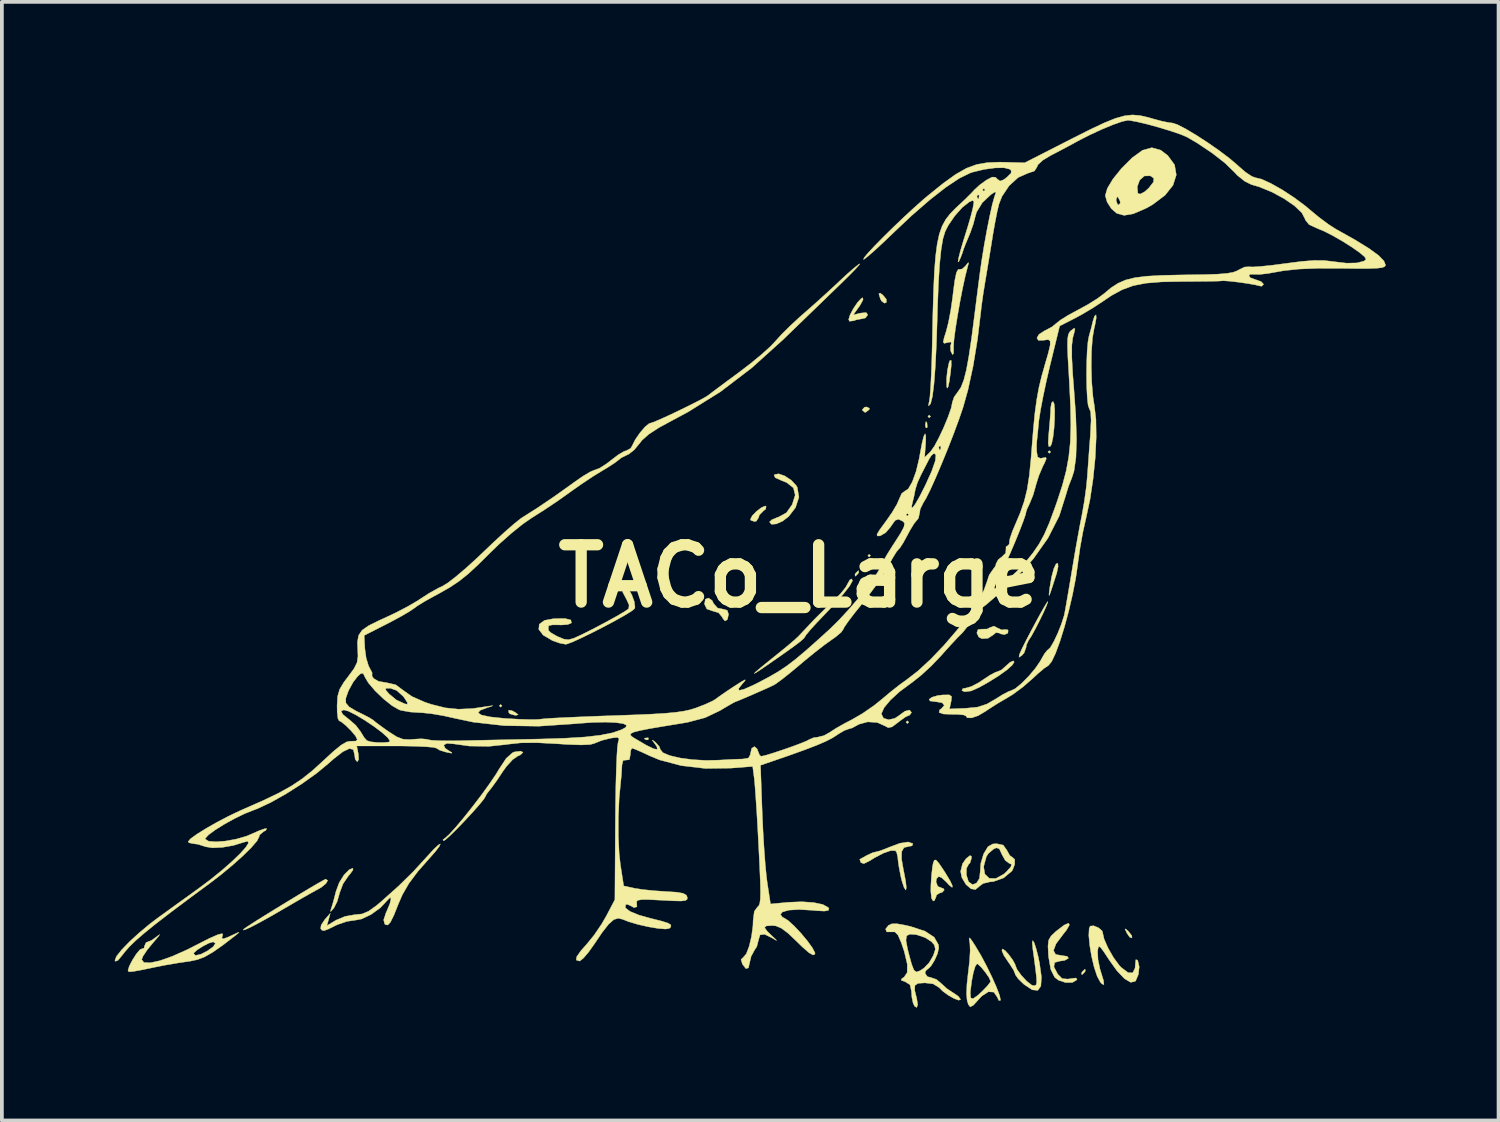
<source format=kicad_pcb>
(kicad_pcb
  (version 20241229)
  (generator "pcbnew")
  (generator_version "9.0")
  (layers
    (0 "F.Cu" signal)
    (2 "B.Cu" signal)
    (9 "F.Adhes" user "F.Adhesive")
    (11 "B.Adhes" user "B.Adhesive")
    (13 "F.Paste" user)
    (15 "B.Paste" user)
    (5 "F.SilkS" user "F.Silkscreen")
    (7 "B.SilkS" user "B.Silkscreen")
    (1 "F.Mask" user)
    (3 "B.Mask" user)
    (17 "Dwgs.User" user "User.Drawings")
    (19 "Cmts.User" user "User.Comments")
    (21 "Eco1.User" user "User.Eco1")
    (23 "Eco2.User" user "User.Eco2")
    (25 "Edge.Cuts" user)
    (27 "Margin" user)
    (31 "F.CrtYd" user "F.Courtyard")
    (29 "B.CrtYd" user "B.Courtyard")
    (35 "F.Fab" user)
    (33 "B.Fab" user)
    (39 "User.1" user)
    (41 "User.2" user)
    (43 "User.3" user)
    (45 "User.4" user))
  (footprint "TACo_Large"
    (layer "F.Cu")
    (at 18.206 12.267)
    (property "Reference" "TACo_Large" (at 0 0 0) (layer "F.SilkS") (effects (font (size 1.524 1.524) (thickness 0.3))))
    (attr through_hole)
    (fp_poly (pts (xy -7.91 3.447) (xy -7.947 3.483) (xy -7.983 3.447) (xy -7.947 3.411) (xy -7.91 3.447)) (stroke (width 0.01) (type solid)) (fill yes) (layer "F.SilkS"))
    (fp_poly (pts (xy 1.887 -0.544) (xy 1.851 -0.508) (xy 1.814 -0.544) (xy 1.851 -0.581) (xy 1.887 -0.544)) (stroke (width 0.01) (type solid)) (fill yes) (layer "F.SilkS"))
    (fp_poly (pts (xy 2.903 3.883) (xy 2.867 3.919) (xy 2.83 3.883) (xy 2.867 3.846) (xy 2.903 3.883)) (stroke (width 0.01) (type solid)) (fill yes) (layer "F.SilkS"))
    (fp_poly (pts (xy 3.483 -4.245) (xy 3.447 -4.209) (xy 3.411 -4.245) (xy 3.447 -4.282) (xy 3.483 -4.245)) (stroke (width 0.01) (type solid)) (fill yes) (layer "F.SilkS"))
    (fp_poly (pts (xy 6.677 -3.302) (xy 6.64 -3.266) (xy 6.604 -3.302) (xy 6.64 -3.338) (xy 6.677 -3.302)) (stroke (width 0.01) (type solid)) (fill yes) (layer "F.SilkS"))
    (fp_poly (pts (xy -5.757 0.677) (xy -5.749 0.763) (xy -5.757 0.774) (xy -5.8 0.764) (xy -5.806 0.726) (xy -5.779 0.666) (xy -5.757 0.677)) (stroke (width 0.01) (type solid)) (fill yes) (layer "F.SilkS"))
    (fp_poly (pts (xy -4.016 4.306) (xy -4.026 4.349) (xy -4.064 4.354) (xy -4.124 4.328) (xy -4.112 4.306) (xy -4.026 4.297) (xy -4.016 4.306)) (stroke (width 0.01) (type solid)) (fill yes) (layer "F.SilkS"))
    (fp_poly (pts (xy 3.388 -4.078) (xy 3.397 -3.964) (xy 3.382 -3.939) (xy 3.349 -3.96) (xy 3.344 -4.034) (xy 3.362 -4.111) (xy 3.388 -4.078)) (stroke (width 0.01) (type solid)) (fill yes) (layer "F.SilkS"))
    (fp_poly (pts (xy 8.675 9.381) (xy 8.75 9.451) (xy 8.834 9.56) (xy 8.837 9.62) (xy 8.777 9.598) (xy 8.706 9.495) (xy 8.651 9.38) (xy 8.675 9.381)) (stroke (width 0.01) (type solid)) (fill yes) (layer "F.SilkS"))
    (fp_poly (pts (xy -7.648 3.575) (xy -7.547 3.629) (xy -7.479 3.685) (xy -7.545 3.7) (xy -7.561 3.7) (xy -7.693 3.663) (xy -7.729 3.629) (xy -7.735 3.564) (xy -7.648 3.575)) (stroke (width 0.01) (type solid)) (fill yes) (layer "F.SilkS"))
    (fp_poly (pts (xy 1.574 -0.098) (xy 1.56 -0.073) (xy 1.492 -0.003) (xy 1.479 0) (xy 1.474 -0.047) (xy 1.488 -0.073) (xy 1.556 -0.142) (xy 1.569 -0.145) (xy 1.574 -0.098)) (stroke (width 0.01) (type solid)) (fill yes) (layer "F.SilkS"))
    (fp_poly (pts (xy 1.857 -4.464) (xy 1.851 -4.427) (xy 1.758 -4.357) (xy 1.737 -4.354) (xy 1.671 -4.41) (xy 1.669 -4.427) (xy 1.728 -4.491) (xy 1.782 -4.499) (xy 1.857 -4.464)) (stroke (width 0.01) (type solid)) (fill yes) (layer "F.SilkS"))
    (fp_poly (pts (xy 2.213 -7.475) (xy 2.307 -7.362) (xy 2.31 -7.277) (xy 2.257 -7.257) (xy 2.179 -7.315) (xy 2.149 -7.372) (xy 2.108 -7.508) (xy 2.143 -7.526) (xy 2.213 -7.475)) (stroke (width 0.01) (type solid)) (fill yes) (layer "F.SilkS"))
    (fp_poly (pts (xy 7.597 10.497) (xy 7.584 10.523) (xy 7.515 10.592) (xy 7.503 10.595) (xy 7.498 10.549) (xy 7.511 10.523) (xy 7.58 10.454) (xy 7.592 10.45) (xy 7.597 10.497)) (stroke (width 0.01) (type solid)) (fill yes) (layer "F.SilkS"))
    (fp_poly (pts (xy 4.034 -5.612) (xy 4.018 -5.443) (xy 3.983 -5.184) (xy 3.95 -5.031) (xy 3.923 -4.998) (xy 3.912 -5.05) (xy 3.909 -5.251) (xy 3.933 -5.481) (xy 3.974 -5.672) (xy 3.999 -5.733) (xy 4.031 -5.739) (xy 4.034 -5.612)) (stroke (width 0.01) (type solid)) (fill yes) (layer "F.SilkS"))
    (fp_poly (pts (xy -0.89 -1.858) (xy -0.898 -1.785) (xy -0.962 -1.733) (xy -1.068 -1.626) (xy -1.089 -1.557) (xy -1.147 -1.464) (xy -1.197 -1.451) (xy -1.294 -1.484) (xy -1.306 -1.511) (xy -1.258 -1.606) (xy -1.145 -1.722) (xy -1.014 -1.822) (xy -0.912 -1.865) (xy -0.89 -1.858)) (stroke (width 0.01) (type solid)) (fill yes) (layer "F.SilkS"))
    (fp_poly (pts (xy 6.874 -0.253) (xy 6.839 -0.087) (xy 6.831 -0.06) (xy 6.73 0.253) (xy 6.668 0.441) (xy 6.637 0.516) (xy 6.631 0.492) (xy 6.643 0.382) (xy 6.655 0.29) (xy 6.702 0.016) (xy 6.76 -0.199) (xy 6.82 -0.327) (xy 6.867 -0.342) (xy 6.874 -0.253)) (stroke (width 0.01) (type solid)) (fill yes) (layer "F.SilkS"))
    (fp_poly (pts (xy -2.324 0.647) (xy -2.286 0.726) (xy -2.179 0.848) (xy -2.063 0.871) (xy -1.923 0.908) (xy -1.887 1.012) (xy -1.917 1.152) (xy -1.981 1.193) (xy -2.044 1.118) (xy -2.052 1.093) (xy -2.153 0.973) (xy -2.296 0.931) (xy -2.463 0.874) (xy -2.527 0.744) (xy -2.504 0.614) (xy -2.42 0.581) (xy -2.324 0.647)) (stroke (width 0.01) (type solid)) (fill yes) (layer "F.SilkS"))
    (fp_poly (pts (xy 6.77 -4.579) (xy 6.784 -4.411) (xy 6.781 -4.181) (xy 6.766 -3.929) (xy 6.739 -3.696) (xy 6.703 -3.522) (xy 6.671 -3.455) (xy 6.627 -3.443) (xy 6.611 -3.533) (xy 6.622 -3.74) (xy 6.631 -3.839) (xy 6.655 -4.112) (xy 6.672 -4.348) (xy 6.677 -4.474) (xy 6.699 -4.605) (xy 6.739 -4.645) (xy 6.77 -4.579)) (stroke (width 0.01) (type solid)) (fill yes) (layer "F.SilkS"))
    (fp_poly (pts (xy 1.689 -7.351) (xy 1.623 -7.225) (xy 1.589 -7.173) (xy 1.426 -6.945) (xy 1.62 -6.993) (xy 1.771 -7.008) (xy 1.814 -6.948) (xy 1.754 -6.865) (xy 1.687 -6.848) (xy 1.508 -6.814) (xy 1.433 -6.788) (xy 1.326 -6.777) (xy 1.306 -6.824) (xy 1.344 -6.949) (xy 1.434 -7.117) (xy 1.545 -7.28) (xy 1.644 -7.386) (xy 1.68 -7.402) (xy 1.689 -7.351)) (stroke (width 0.01) (type solid)) (fill yes) (layer "F.SilkS"))
    (fp_poly (pts (xy -11.872 7.81) (xy -11.952 7.922) (xy -11.991 7.965) (xy -12.136 8.178) (xy -12.228 8.421) (xy -12.23 8.433) (xy -12.292 8.649) (xy -12.377 8.819) (xy -12.387 8.832) (xy -12.464 8.919) (xy -12.467 8.889) (xy -12.444 8.817) (xy -12.394 8.653) (xy -12.336 8.43) (xy -12.324 8.382) (xy -12.239 8.151) (xy -12.111 7.944) (xy -11.972 7.803) (xy -11.875 7.765) (xy -11.872 7.81)) (stroke (width 0.01) (type solid)) (fill yes) (layer "F.SilkS"))
    (fp_poly (pts (xy 5.258 1.376) (xy 5.379 1.43) (xy 5.435 1.42) (xy 5.529 1.424) (xy 5.546 1.443) (xy 5.538 1.516) (xy 5.448 1.554) (xy 5.342 1.534) (xy 5.318 1.515) (xy 5.221 1.501) (xy 5.155 1.557) (xy 5.012 1.651) (xy 4.849 1.663) (xy 4.766 1.621) (xy 4.713 1.51) (xy 4.744 1.42) (xy 4.835 1.409) (xy 4.988 1.406) (xy 5.053 1.371) (xy 5.17 1.328) (xy 5.258 1.376)) (stroke (width 0.01) (type solid)) (fill yes) (layer "F.SilkS"))
    (fp_poly (pts (xy 5.707 2.282) (xy 5.654 2.366) (xy 5.517 2.489) (xy 5.296 2.647) (xy 5.036 2.811) (xy 4.783 2.953) (xy 4.585 3.043) (xy 4.556 3.053) (xy 4.396 3.074) (xy 4.315 3.043) (xy 4.34 2.99) (xy 4.423 2.975) (xy 4.568 2.934) (xy 4.766 2.83) (xy 4.874 2.758) (xy 5.063 2.632) (xy 5.212 2.554) (xy 5.261 2.54) (xy 5.371 2.491) (xy 5.479 2.395) (xy 5.596 2.291) (xy 5.682 2.252) (xy 5.707 2.282)) (stroke (width 0.01) (type solid)) (fill yes) (layer "F.SilkS"))
    (fp_poly (pts (xy 6.572 0.771) (xy 6.492 0.953) (xy 6.383 1.178) (xy 6.267 1.405) (xy 6.164 1.593) (xy 6.094 1.698) (xy 6.091 1.702) (xy 6.031 1.83) (xy 6.023 1.892) (xy 5.971 2.039) (xy 5.913 2.106) (xy 5.835 2.157) (xy 5.842 2.095) (xy 5.855 2.06) (xy 5.915 1.927) (xy 6.017 1.723) (xy 6.144 1.479) (xy 6.28 1.224) (xy 6.41 0.987) (xy 6.517 0.799) (xy 6.586 0.689) (xy 6.603 0.675) (xy 6.572 0.771)) (stroke (width 0.01) (type solid)) (fill yes) (layer "F.SilkS"))
    (fp_poly (pts (xy -12.544 8.09) (xy -12.591 8.172) (xy -12.714 8.273) (xy -12.791 8.317) (xy -12.951 8.405) (xy -13.199 8.545) (xy -13.495 8.716) (xy -13.716 8.845) (xy -14.051 9.039) (xy -14.343 9.201) (xy -14.576 9.323) (xy -14.732 9.395) (xy -14.793 9.409) (xy -14.768 9.378) (xy -14.679 9.315) (xy -14.496 9.197) (xy -14.242 9.038) (xy -13.944 8.854) (xy -13.626 8.659) (xy -13.312 8.469) (xy -13.027 8.298) (xy -12.797 8.163) (xy -12.645 8.078) (xy -12.598 8.055) (xy -12.544 8.09)) (stroke (width 0.01) (type solid)) (fill yes) (layer "F.SilkS"))
    (fp_poly (pts (xy -0.391 -2.663) (xy -0.219 -2.549) (xy -0.087 -2.408) (xy -0.06 -2.36) (xy -0.017 -2.099) (xy -0.107 -1.823) (xy -0.288 -1.587) (xy -0.45 -1.463) (xy -0.615 -1.389) (xy -0.745 -1.378) (xy -0.798 -1.44) (xy -0.798 -1.441) (xy -0.736 -1.5) (xy -0.584 -1.563) (xy -0.562 -1.569) (xy -0.349 -1.685) (xy -0.195 -1.903) (xy -0.115 -2.157) (xy -0.162 -2.347) (xy -0.342 -2.488) (xy -0.478 -2.542) (xy -0.647 -2.618) (xy -0.677 -2.689) (xy -0.668 -2.699) (xy -0.556 -2.721) (xy -0.391 -2.663)) (stroke (width 0.01) (type solid)) (fill yes) (layer "F.SilkS"))
    (fp_poly (pts (xy 3.705 7.633) (xy 3.837 7.828) (xy 3.862 7.866) (xy 3.998 8.091) (xy 4.064 8.231) (xy 4.057 8.276) (xy 3.978 8.214) (xy 3.899 8.128) (xy 3.781 8.019) (xy 3.702 7.983) (xy 3.642 8.044) (xy 3.629 8.128) (xy 3.674 8.246) (xy 3.737 8.273) (xy 3.834 8.312) (xy 3.846 8.346) (xy 3.788 8.41) (xy 3.737 8.418) (xy 3.641 8.476) (xy 3.629 8.527) (xy 3.587 8.624) (xy 3.552 8.636) (xy 3.51 8.568) (xy 3.49 8.382) (xy 3.492 8.219) (xy 3.509 7.955) (xy 3.534 7.728) (xy 3.553 7.63) (xy 3.583 7.55) (xy 3.627 7.546) (xy 3.705 7.633)) (stroke (width 0.01) (type solid)) (fill yes) (layer "F.SilkS"))
    (fp_poly (pts (xy 4.494 -8.315) (xy 4.472 -8.237) (xy 4.408 -7.986) (xy 4.336 -7.657) (xy 4.264 -7.287) (xy 4.198 -6.911) (xy 4.143 -6.564) (xy 4.106 -6.281) (xy 4.094 -6.099) (xy 4.095 -6.081) (xy 4.095 -5.917) (xy 4.067 -5.89) (xy 4.019 -5.984) (xy 4.012 -6.128) (xy 4.03 -6.173) (xy 4.03 -6.226) (xy 3.934 -6.21) (xy 3.849 -6.189) (xy 3.82 -6.22) (xy 3.843 -6.334) (xy 3.899 -6.51) (xy 3.959 -6.746) (xy 4.02 -7.067) (xy 4.071 -7.418) (xy 4.083 -7.528) (xy 4.127 -7.862) (xy 4.172 -8.074) (xy 4.218 -8.154) (xy 4.229 -8.152) (xy 4.324 -8.166) (xy 4.409 -8.244) (xy 4.485 -8.338) (xy 4.494 -8.315)) (stroke (width 0.01) (type solid)) (fill yes) (layer "F.SilkS"))
    (fp_poly (pts (xy -7.352 4.684) (xy -7.415 4.748) (xy -7.49 4.782) (xy -7.63 4.88) (xy -7.793 5.06) (xy -7.894 5.201) (xy -8.039 5.42) (xy -8.171 5.603) (xy -8.231 5.679) (xy -8.321 5.794) (xy -8.346 5.849) (xy -8.393 5.927) (xy -8.517 6.08) (xy -8.694 6.28) (xy -8.897 6.499) (xy -9.102 6.712) (xy -9.282 6.89) (xy -9.412 7.006) (xy -9.463 7.037) (xy -9.48 7.008) (xy -9.427 6.967) (xy -9.316 6.869) (xy -9.143 6.679) (xy -8.928 6.423) (xy -8.693 6.127) (xy -8.457 5.818) (xy -8.243 5.522) (xy -8.069 5.266) (xy -7.99 5.134) (xy -7.798 4.844) (xy -7.628 4.693) (xy -7.575 4.672) (xy -7.411 4.652) (xy -7.352 4.684)) (stroke (width 0.01) (type solid)) (fill yes) (layer "F.SilkS"))
    (fp_poly (pts (xy 1.409 0.12) (xy 1.335 0.256) (xy 1.171 0.468) (xy 0.926 0.746) (xy 0.673 1.013) (xy 0.454 1.242) (xy 0.28 1.434) (xy 0.171 1.566) (xy 0.145 1.609) (xy 0.116 1.653) (xy 0.019 1.738) (xy -0.157 1.871) (xy -0.425 2.062) (xy -0.795 2.32) (xy -1.016 2.472) (xy -1.159 2.566) (xy -1.208 2.588) (xy -1.161 2.541) (xy -1.013 2.417) (xy -0.797 2.241) (xy -0.559 2.05) (xy -0.553 2.045) (xy -0.331 1.864) (xy -0.145 1.706) (xy -0.032 1.602) (xy -0.027 1.597) (xy 0.397 1.147) (xy 0.786 0.762) (xy 0.924 0.633) (xy 1.101 0.455) (xy 1.23 0.292) (xy 1.271 0.216) (xy 1.337 0.099) (xy 1.385 0.073) (xy 1.409 0.12)) (stroke (width 0.01) (type solid)) (fill yes) (layer "F.SilkS"))
    (fp_poly (pts (xy 7.176 9.271) (xy 7.098 9.408) (xy 7.009 9.52) (xy 6.819 9.774) (xy 6.752 9.952) (xy 6.807 10.056) (xy 6.971 10.087) (xy 7.116 10.107) (xy 7.15 10.158) (xy 7.148 10.16) (xy 7.048 10.216) (xy 6.926 10.233) (xy 6.783 10.271) (xy 6.762 10.387) (xy 6.864 10.581) (xy 6.865 10.583) (xy 6.981 10.699) (xy 7.133 10.713) (xy 7.201 10.701) (xy 7.351 10.683) (xy 7.376 10.724) (xy 7.371 10.733) (xy 7.253 10.803) (xy 7.07 10.804) (xy 6.884 10.742) (xy 6.783 10.665) (xy 6.679 10.458) (xy 6.621 10.121) (xy 6.617 10.079) (xy 6.605 9.832) (xy 6.622 9.678) (xy 6.687 9.566) (xy 6.815 9.445) (xy 6.831 9.432) (xy 7.033 9.278) (xy 7.151 9.226) (xy 7.176 9.271)) (stroke (width 0.01) (type solid)) (fill yes) (layer "F.SilkS"))
    (fp_poly (pts (xy 3.008 7.108) (xy 3.014 7.116) (xy 2.99 7.17) (xy 2.905 7.185) (xy 2.777 7.216) (xy 2.715 7.323) (xy 2.713 7.524) (xy 2.768 7.839) (xy 2.776 7.874) (xy 2.821 8.111) (xy 2.839 8.28) (xy 2.826 8.346) (xy 2.826 8.346) (xy 2.78 8.281) (xy 2.725 8.116) (xy 2.691 7.979) (xy 2.645 7.74) (xy 2.617 7.542) (xy 2.613 7.476) (xy 2.581 7.34) (xy 2.545 7.297) (xy 2.426 7.296) (xy 2.228 7.365) (xy 1.99 7.489) (xy 1.874 7.563) (xy 1.71 7.644) (xy 1.631 7.616) (xy 1.601 7.535) (xy 1.607 7.524) (xy 1.683 7.483) (xy 1.795 7.42) (xy 1.947 7.351) (xy 2.033 7.33) (xy 2.143 7.302) (xy 2.324 7.233) (xy 2.379 7.209) (xy 2.668 7.101) (xy 2.886 7.067) (xy 3.008 7.108)) (stroke (width 0.01) (type solid)) (fill yes) (layer "F.SilkS"))
    (fp_poly (pts (xy 6.238 9.748) (xy 6.288 9.897) (xy 6.345 10.118) (xy 6.38 10.289) (xy 6.431 10.659) (xy 6.415 10.9) (xy 6.334 11.013) (xy 6.187 10.998) (xy 5.972 10.856) (xy 5.956 10.843) (xy 5.815 10.706) (xy 5.738 10.597) (xy 5.733 10.578) (xy 5.692 10.475) (xy 5.59 10.315) (xy 5.552 10.262) (xy 5.434 10.085) (xy 5.38 9.961) (xy 5.391 9.91) (xy 5.466 9.955) (xy 5.554 10.051) (xy 5.669 10.207) (xy 5.73 10.32) (xy 5.733 10.335) (xy 5.781 10.455) (xy 5.897 10.615) (xy 6.04 10.769) (xy 6.169 10.87) (xy 6.218 10.886) (xy 6.264 10.883) (xy 6.294 10.858) (xy 6.305 10.79) (xy 6.298 10.656) (xy 6.272 10.433) (xy 6.228 10.098) (xy 6.201 9.906) (xy 6.186 9.736) (xy 6.201 9.689) (xy 6.238 9.748)) (stroke (width 0.01) (type solid)) (fill yes) (layer "F.SilkS"))
    (fp_poly (pts (xy 7.95 9.349) (xy 8.044 9.431) (xy 8.055 9.466) (xy 8.097 9.648) (xy 8.204 9.891) (xy 8.349 10.143) (xy 8.504 10.353) (xy 8.553 10.404) (xy 8.735 10.541) (xy 8.858 10.546) (xy 8.92 10.42) (xy 8.927 10.319) (xy 8.94 10.196) (xy 8.98 10.207) (xy 8.993 10.226) (xy 9.03 10.385) (xy 9.008 10.589) (xy 8.939 10.754) (xy 8.923 10.772) (xy 8.805 10.799) (xy 8.64 10.703) (xy 8.44 10.493) (xy 8.237 10.21) (xy 8.088 9.983) (xy 8 9.865) (xy 7.954 9.844) (xy 7.934 9.906) (xy 7.925 9.985) (xy 7.935 10.195) (xy 7.988 10.449) (xy 8.012 10.526) (xy 8.083 10.758) (xy 8.092 10.861) (xy 8.039 10.84) (xy 7.995 10.791) (xy 7.912 10.636) (xy 7.832 10.395) (xy 7.764 10.108) (xy 7.715 9.816) (xy 7.69 9.556) (xy 7.699 9.369) (xy 7.726 9.304) (xy 7.82 9.295) (xy 7.95 9.349)) (stroke (width 0.01) (type solid)) (fill yes) (layer "F.SilkS"))
    (fp_poly (pts (xy 9.602 -11.325) (xy 9.789 -11.183) (xy 9.971 -10.935) (xy 10.016 -10.667) (xy 9.929 -10.393) (xy 9.716 -10.125) (xy 9.381 -9.874) (xy 9.203 -9.775) (xy 8.875 -9.634) (xy 8.628 -9.591) (xy 8.434 -9.645) (xy 8.291 -9.768) (xy 8.177 -9.945) (xy 8.168 -9.979) (xy 8.418 -9.979) (xy 8.456 -9.882) (xy 8.489 -9.87) (xy 8.529 -9.923) (xy 8.517 -9.979) (xy 8.466 -10.074) (xy 8.447 -10.087) (xy 8.421 -10.028) (xy 8.418 -9.979) (xy 8.168 -9.979) (xy 8.128 -10.115) (xy 8.128 -10.119) (xy 8.183 -10.309) (xy 8.21 -10.354) (xy 8.979 -10.354) (xy 8.993 -10.178) (xy 9.057 -10.157) (xy 9.179 -10.222) (xy 9.286 -10.319) (xy 9.41 -10.479) (xy 9.416 -10.581) (xy 9.323 -10.643) (xy 9.167 -10.639) (xy 9.043 -10.529) (xy 8.979 -10.354) (xy 8.21 -10.354) (xy 8.332 -10.558) (xy 8.557 -10.837) (xy 8.836 -11.116) (xy 8.842 -11.122) (xy 9.119 -11.323) (xy 9.366 -11.391) (xy 9.602 -11.325)) (stroke (width 0.01) (type solid)) (fill yes) (layer "F.SilkS"))
    (fp_poly (pts (xy 4.591 9.704) (xy 4.674 9.833) (xy 4.821 10.08) (xy 4.973 10.366) (xy 5.116 10.659) (xy 5.235 10.928) (xy 5.316 11.14) (xy 5.344 11.265) (xy 5.342 11.277) (xy 5.299 11.282) (xy 5.258 11.194) (xy 5.166 11.059) (xy 5.022 11.049) (xy 4.846 11.162) (xy 4.765 11.249) (xy 4.622 11.407) (xy 4.538 11.452) (xy 4.486 11.385) (xy 4.454 11.273) (xy 4.44 11.108) (xy 4.441 11.085) (xy 4.54 11.085) (xy 4.551 11.213) (xy 4.613 11.233) (xy 4.742 11.143) (xy 4.86 11.033) (xy 4.996 10.891) (xy 5.073 10.79) (xy 5.08 10.772) (xy 5.039 10.675) (xy 4.941 10.532) (xy 4.827 10.394) (xy 4.736 10.311) (xy 4.719 10.305) (xy 4.672 10.37) (xy 4.621 10.539) (xy 4.576 10.769) (xy 4.545 11.018) (xy 4.54 11.085) (xy 4.441 11.085) (xy 4.45 10.852) (xy 4.482 10.558) (xy 4.486 10.529) (xy 4.52 10.23) (xy 4.536 9.959) (xy 4.529 9.771) (xy 4.527 9.761) (xy 4.509 9.638) (xy 4.525 9.616) (xy 4.591 9.704)) (stroke (width 0.01) (type solid)) (fill yes) (layer "F.SilkS"))
    (fp_poly (pts (xy -4.542 0.352) (xy -4.458 0.5) (xy -4.394 0.676) (xy -4.375 0.823) (xy -4.387 0.865) (xy -4.472 0.933) (xy -4.659 1.047) (xy -4.915 1.191) (xy -5.212 1.349) (xy -5.518 1.505) (xy -5.803 1.644) (xy -6.036 1.75) (xy -6.187 1.806) (xy -6.217 1.811) (xy -6.377 1.781) (xy -6.568 1.714) (xy -6.816 1.568) (xy -6.932 1.416) (xy -6.92 1.278) (xy -6.779 1.175) (xy -6.524 1.128) (xy -6.233 1.127) (xy -6.08 1.165) (xy -6.064 1.241) (xy -6.068 1.246) (xy -6.161 1.286) (xy -6.34 1.299) (xy -6.393 1.296) (xy -6.571 1.295) (xy -6.669 1.317) (xy -6.675 1.327) (xy -6.677 1.436) (xy -6.617 1.5) (xy -6.468 1.587) (xy -6.414 1.613) (xy -6.263 1.675) (xy -6.144 1.69) (xy -6.005 1.653) (xy -5.797 1.558) (xy -5.742 1.531) (xy -5.426 1.371) (xy -5.116 1.206) (xy -4.843 1.055) (xy -4.64 0.934) (xy -4.543 0.866) (xy -4.531 0.767) (xy -4.597 0.623) (xy -4.702 0.423) (xy -4.695 0.313) (xy -4.623 0.29) (xy -4.542 0.352)) (stroke (width 0.01) (type solid)) (fill yes) (layer "F.SilkS"))
    (fp_poly (pts (xy -9.577 7.184) (xy -9.682 7.322) (xy -9.82 7.479) (xy -10.148 7.851) (xy -10.386 8.17) (xy -10.559 8.47) (xy -10.667 8.72) (xy -10.787 9.02) (xy -10.876 9.199) (xy -10.946 9.275) (xy -11.01 9.264) (xy -11.028 9.248) (xy -11.056 9.139) (xy -10.992 8.943) (xy -10.965 8.886) (xy -10.891 8.707) (xy -10.862 8.582) (xy -10.879 8.539) (xy -10.944 8.602) (xy -11.141 8.814) (xy -11.391 8.995) (xy -11.642 9.114) (xy -11.798 9.144) (xy -12.03 9.178) (xy -12.284 9.264) (xy -12.337 9.289) (xy -12.535 9.387) (xy -12.643 9.426) (xy -12.699 9.412) (xy -12.732 9.369) (xy -12.717 9.275) (xy -12.627 9.138) (xy -12.623 9.133) (xy -12.475 8.963) (xy -12.52 9.128) (xy -12.566 9.294) (xy -12.325 9.147) (xy -12.083 9.046) (xy -11.821 8.999) (xy -11.804 8.999) (xy -11.627 8.98) (xy -11.459 8.909) (xy -11.257 8.765) (xy -11.124 8.654) (xy -10.658 8.237) (xy -10.264 7.85) (xy -9.893 7.445) (xy -9.889 7.44) (xy -9.727 7.264) (xy -9.604 7.148) (xy -9.549 7.119) (xy -9.577 7.184)) (stroke (width 0.01) (type solid)) (fill yes) (layer "F.SilkS"))
    (fp_poly (pts (xy 5.414 7.15) (xy 5.513 7.288) (xy 5.515 7.293) (xy 5.591 7.428) (xy 5.659 7.475) (xy 5.721 7.531) (xy 5.721 7.661) (xy 5.663 7.811) (xy 5.64 7.844) (xy 5.424 8.024) (xy 5.149 8.121) (xy 5.057 8.128) (xy 4.882 8.17) (xy 4.79 8.237) (xy 4.676 8.332) (xy 4.559 8.312) (xy 4.427 8.201) (xy 4.317 8.018) (xy 4.282 7.849) (xy 4.333 7.646) (xy 4.427 7.511) (xy 4.532 7.428) (xy 4.569 7.446) (xy 4.572 7.496) (xy 4.532 7.624) (xy 4.499 7.656) (xy 4.439 7.766) (xy 4.436 7.941) (xy 4.489 8.113) (xy 4.498 8.128) (xy 4.599 8.201) (xy 4.704 8.161) (xy 4.783 8.037) (xy 4.803 7.856) (xy 4.803 7.851) (xy 4.812 7.723) (xy 4.894 7.723) (xy 4.927 7.922) (xy 5.042 8.032) (xy 5.218 8.038) (xy 5.43 7.922) (xy 5.501 7.858) (xy 5.618 7.727) (xy 5.635 7.661) (xy 5.575 7.636) (xy 5.468 7.556) (xy 5.379 7.396) (xy 5.378 7.394) (xy 5.312 7.25) (xy 5.235 7.222) (xy 5.164 7.251) (xy 5.021 7.372) (xy 4.967 7.455) (xy 4.894 7.723) (xy 4.812 7.723) (xy 4.819 7.633) (xy 4.89 7.396) (xy 4.902 7.37) (xy 5.009 7.193) (xy 5.134 7.121) (xy 5.235 7.112) (xy 5.414 7.15)) (stroke (width 0.01) (type solid)) (fill yes) (layer "F.SilkS"))
    (fp_poly (pts (xy -14.977 9.536) (xy -14.986 9.544) (xy -15.333 9.811) (xy -15.6 9.998) (xy -15.815 10.121) (xy -16.007 10.195) (xy -16.204 10.237) (xy -16.256 10.244) (xy -16.537 10.285) (xy -16.883 10.345) (xy -17.199 10.408) (xy -17.507 10.472) (xy -17.7 10.507) (xy -17.804 10.518) (xy -17.846 10.507) (xy -17.853 10.484) (xy -17.819 10.368) (xy -17.736 10.208) (xy -17.634 10.048) (xy -17.54 9.934) (xy -17.487 9.908) (xy -17.427 9.89) (xy -17.417 9.838) (xy -17.372 9.739) (xy -17.331 9.725) (xy -17.222 9.68) (xy -17.072 9.572) (xy -17.06 9.561) (xy -17.01 9.526) (xy -17.048 9.584) (xy -17.168 9.724) (xy -17.183 9.741) (xy -17.344 9.937) (xy -17.455 10.104) (xy -17.49 10.193) (xy -17.43 10.271) (xy -17.263 10.279) (xy -17.004 10.223) (xy -16.672 10.105) (xy -16.51 10.033) (xy -16.11 10.033) (xy -16.058 10.085) (xy -15.911 10.05) (xy -15.741 9.963) (xy -15.586 9.851) (xy -15.53 9.764) (xy -15.584 9.725) (xy -15.597 9.725) (xy -15.709 9.759) (xy -15.866 9.841) (xy -16.016 9.937) (xy -16.104 10.017) (xy -16.11 10.033) (xy -16.51 10.033) (xy -16.283 9.932) (xy -16.044 9.81) (xy -15.692 9.631) (xy -15.46 9.529) (xy -15.346 9.503) (xy -15.334 9.531) (xy -15.359 9.622) (xy -15.318 9.643) (xy -15.188 9.594) (xy -15.073 9.541) (xy -14.929 9.474) (xy -14.901 9.472) (xy -14.977 9.536)) (stroke (width 0.01) (type solid)) (fill yes) (layer "F.SilkS"))
    (fp_poly (pts (xy 2.813 9.281) (xy 2.959 9.315) (xy 3.338 9.44) (xy 3.58 9.6) (xy 3.692 9.797) (xy 3.701 9.885) (xy 3.669 10.033) (xy 3.59 10.212) (xy 3.493 10.368) (xy 3.408 10.448) (xy 3.395 10.45) (xy 3.345 10.509) (xy 3.338 10.559) (xy 3.399 10.648) (xy 3.484 10.668) (xy 3.639 10.721) (xy 3.756 10.819) (xy 3.918 10.967) (xy 4.082 11.075) (xy 4.222 11.17) (xy 4.282 11.254) (xy 4.282 11.255) (xy 4.231 11.274) (xy 4.107 11.228) (xy 3.95 11.139) (xy 3.801 11.029) (xy 3.715 10.94) (xy 3.551 10.839) (xy 3.334 10.813) (xy 3.151 10.825) (xy 3.066 10.882) (xy 3.062 11.016) (xy 3.116 11.231) (xy 3.141 11.391) (xy 3.116 11.467) (xy 3.061 11.436) (xy 3.019 11.351) (xy 2.986 11.193) (xy 2.975 11.033) (xy 2.937 10.863) (xy 2.812 10.784) (xy 2.701 10.743) (xy 2.721 10.698) (xy 2.778 10.662) (xy 2.862 10.539) (xy 2.864 10.313) (xy 2.784 9.978) (xy 2.703 9.737) (xy 2.678 9.681) (xy 2.829 9.681) (xy 2.87 9.904) (xy 2.907 10.051) (xy 2.982 10.324) (xy 3.042 10.475) (xy 3.108 10.524) (xy 3.203 10.49) (xy 3.312 10.417) (xy 3.448 10.274) (xy 3.557 10.085) (xy 3.611 9.918) (xy 3.585 9.806) (xy 3.508 9.717) (xy 3.339 9.609) (xy 3.119 9.535) (xy 3.098 9.531) (xy 2.935 9.518) (xy 2.848 9.56) (xy 2.829 9.681) (xy 2.678 9.681) (xy 2.616 9.54) (xy 2.532 9.458) (xy 2.456 9.458) (xy 2.317 9.458) (xy 2.288 9.382) (xy 2.361 9.287) (xy 2.45 9.244) (xy 2.589 9.241) (xy 2.813 9.281)) (stroke (width 0.01) (type solid)) (fill yes) (layer "F.SilkS"))
    (fp_poly (pts (xy 7.882 -6.946) (xy 7.887 -6.86) (xy 7.856 -6.686) (xy 7.833 -6.593) (xy 7.788 -6.332) (xy 7.762 -5.974) (xy 7.756 -5.562) (xy 7.769 -5.144) (xy 7.801 -4.766) (xy 7.836 -4.539) (xy 7.88 -4.169) (xy 7.887 -3.696) (xy 7.862 -3.158) (xy 7.805 -2.592) (xy 7.722 -2.037) (xy 7.613 -1.528) (xy 7.612 -1.524) (xy 7.534 -1.177) (xy 7.46 -0.768) (xy 7.404 -0.379) (xy 7.4 -0.34) (xy 7.342 0.059) (xy 7.258 0.49) (xy 7.156 0.929) (xy 7.042 1.351) (xy 6.924 1.731) (xy 6.808 2.046) (xy 6.703 2.269) (xy 6.614 2.378) (xy 6.605 2.383) (xy 6.509 2.446) (xy 6.348 2.581) (xy 6.179 2.737) (xy 5.937 2.947) (xy 5.673 3.142) (xy 5.515 3.239) (xy 5.263 3.386) (xy 5.016 3.544) (xy 4.942 3.595) (xy 4.748 3.709) (xy 4.573 3.769) (xy 4.455 3.765) (xy 4.427 3.719) (xy 4.362 3.69) (xy 4.195 3.674) (xy 4.064 3.674) (xy 3.824 3.665) (xy 3.709 3.624) (xy 3.725 3.555) (xy 3.774 3.52) (xy 3.848 3.434) (xy 3.793 3.367) (xy 3.627 3.338) (xy 3.614 3.338) (xy 3.47 3.319) (xy 3.444 3.274) (xy 3.519 3.22) (xy 3.674 3.174) (xy 3.808 3.158) (xy 3.98 3.156) (xy 4.043 3.198) (xy 4.033 3.312) (xy 4.028 3.336) (xy 3.986 3.53) (xy 4.426 3.512) (xy 4.736 3.481) (xy 4.982 3.4) (xy 5.204 3.271) (xy 5.403 3.147) (xy 5.559 3.065) (xy 5.619 3.046) (xy 5.734 2.991) (xy 5.902 2.852) (xy 6.091 2.662) (xy 6.267 2.454) (xy 6.399 2.262) (xy 6.416 2.23) (xy 6.512 2.063) (xy 6.587 1.968) (xy 6.603 1.959) (xy 6.668 1.897) (xy 6.762 1.736) (xy 6.865 1.516) (xy 6.961 1.276) (xy 7.032 1.055) (xy 7.048 0.983) (xy 7.082 0.796) (xy 7.132 0.506) (xy 7.192 0.153) (xy 7.254 -0.218) (xy 7.322 -0.624) (xy 7.395 -1.034) (xy 7.462 -1.396) (xy 7.509 -1.633) (xy 7.572 -1.991) (xy 7.626 -2.387) (xy 7.65 -2.649) (xy 7.674 -2.979) (xy 7.702 -3.373) (xy 7.731 -3.751) (xy 7.733 -3.783) (xy 7.751 -4.144) (xy 7.74 -4.368) (xy 7.701 -4.458) (xy 7.671 -4.546) (xy 7.649 -4.746) (xy 7.635 -5.023) (xy 7.63 -5.343) (xy 7.634 -5.674) (xy 7.646 -5.982) (xy 7.668 -6.232) (xy 7.696 -6.384) (xy 7.757 -6.601) (xy 7.799 -6.776) (xy 7.842 -6.911) (xy 7.882 -6.947) (xy 7.882 -6.946)) (stroke (width 0.01) (type solid)) (fill yes) (layer "F.SilkS"))
    (fp_poly (pts (xy 9.054 -12.245) (xy 9.277 -12.194) (xy 9.405 -12.156) (xy 9.641 -12.093) (xy 9.841 -12.054) (xy 9.908 -12.048) (xy 10.042 -12.006) (xy 10.262 -11.893) (xy 10.538 -11.729) (xy 10.844 -11.531) (xy 11.149 -11.319) (xy 11.426 -11.11) (xy 11.645 -10.925) (xy 11.672 -10.899) (xy 11.861 -10.736) (xy 12.028 -10.626) (xy 12.115 -10.595) (xy 12.287 -10.553) (xy 12.538 -10.437) (xy 12.836 -10.269) (xy 13.146 -10.066) (xy 13.437 -9.85) (xy 13.554 -9.752) (xy 13.804 -9.545) (xy 14.057 -9.356) (xy 14.259 -9.226) (xy 14.263 -9.224) (xy 14.763 -8.944) (xy 15.136 -8.714) (xy 15.392 -8.528) (xy 15.536 -8.38) (xy 15.579 -8.272) (xy 15.56 -8.232) (xy 15.491 -8.203) (xy 15.351 -8.186) (xy 15.122 -8.178) (xy 14.784 -8.178) (xy 14.412 -8.183) (xy 13.784 -8.184) (xy 13.28 -8.164) (xy 12.881 -8.122) (xy 12.719 -8.094) (xy 12.449 -8.046) (xy 12.227 -8.021) (xy 12.098 -8.024) (xy 12.092 -8.026) (xy 11.977 -8.023) (xy 11.947 -7.997) (xy 11.978 -7.937) (xy 12.111 -7.887) (xy 12.121 -7.885) (xy 12.273 -7.83) (xy 12.337 -7.76) (xy 12.337 -7.759) (xy 12.285 -7.707) (xy 12.24 -7.714) (xy 12.113 -7.745) (xy 11.903 -7.781) (xy 11.659 -7.816) (xy 11.431 -7.842) (xy 11.269 -7.853) (xy 11.226 -7.85) (xy 11.135 -7.844) (xy 10.927 -7.839) (xy 10.63 -7.836) (xy 10.273 -7.833) (xy 10.15 -7.833) (xy 9.625 -7.823) (xy 9.211 -7.789) (xy 8.872 -7.723) (xy 8.577 -7.615) (xy 8.289 -7.458) (xy 8.059 -7.302) (xy 7.799 -7.131) (xy 7.495 -6.951) (xy 7.322 -6.858) (xy 6.915 -6.65) (xy 6.657 -5.593) (xy 6.56 -5.177) (xy 6.474 -4.77) (xy 6.406 -4.412) (xy 6.364 -4.143) (xy 6.358 -4.087) (xy 6.335 -3.842) (xy 6.316 -3.656) (xy 6.307 -3.579) (xy 6.302 -3.469) (xy 6.305 -3.312) (xy 6.33 -3.166) (xy 6.405 -3.131) (xy 6.457 -3.141) (xy 6.544 -3.158) (xy 6.561 -3.122) (xy 6.511 -3.004) (xy 6.465 -2.914) (xy 6.361 -2.668) (xy 6.283 -2.419) (xy 6.278 -2.395) (xy 6.209 -2.155) (xy 6.122 -1.942) (xy 6.053 -1.797) (xy 6.027 -1.725) (xy 6.027 -1.724) (xy 6.009 -1.638) (xy 5.944 -1.451) (xy 5.846 -1.196) (xy 5.728 -0.906) (xy 5.602 -0.611) (xy 5.483 -0.346) (xy 5.389 -0.154) (xy 5.275 0.076) (xy 5.198 0.25) (xy 5.174 0.335) (xy 5.175 0.337) (xy 5.245 0.314) (xy 5.387 0.214) (xy 5.57 0.062) (xy 5.764 -0.115) (xy 5.938 -0.292) (xy 6.001 -0.363) (xy 6.205 -0.617) (xy 6.367 -0.853) (xy 6.505 -1.106) (xy 6.638 -1.411) (xy 6.784 -1.805) (xy 6.857 -2.014) (xy 6.99 -2.423) (xy 7.089 -2.799) (xy 7.157 -3.168) (xy 7.198 -3.56) (xy 7.212 -4.001) (xy 7.203 -4.52) (xy 7.173 -5.146) (xy 7.158 -5.408) (xy 7.134 -5.818) (xy 7.123 -6.106) (xy 7.126 -6.299) (xy 7.145 -6.419) (xy 7.18 -6.491) (xy 7.212 -6.524) (xy 7.296 -6.588) (xy 7.323 -6.576) (xy 7.299 -6.462) (xy 7.263 -6.333) (xy 7.239 -6.139) (xy 7.239 -5.813) (xy 7.263 -5.365) (xy 7.29 -5.028) (xy 7.344 -4.267) (xy 7.364 -3.643) (xy 7.348 -3.151) (xy 7.296 -2.789) (xy 7.237 -2.608) (xy 7.15 -2.388) (xy 7.09 -2.19) (xy 7.087 -2.177) (xy 6.904 -1.6) (xy 6.606 -1.014) (xy 6.215 -0.46) (xy 5.932 -0.145) (xy 5.666 0.117) (xy 5.401 0.368) (xy 5.159 0.588) (xy 4.962 0.757) (xy 4.833 0.855) (xy 4.798 0.871) (xy 4.732 0.928) (xy 4.632 1.072) (xy 4.59 1.143) (xy 4.461 1.344) (xy 4.332 1.504) (xy 4.304 1.531) (xy 4.197 1.638) (xy 4.026 1.821) (xy 3.823 2.046) (xy 3.756 2.122) (xy 3.506 2.384) (xy 3.228 2.639) (xy 2.978 2.837) (xy 2.947 2.858) (xy 2.657 3.073) (xy 2.416 3.295) (xy 2.248 3.496) (xy 2.178 3.653) (xy 2.177 3.666) (xy 2.233 3.777) (xy 2.369 3.817) (xy 2.535 3.78) (xy 2.642 3.708) (xy 2.801 3.591) (xy 2.923 3.559) (xy 2.975 3.621) (xy 2.975 3.629) (xy 2.924 3.699) (xy 2.908 3.701) (xy 2.815 3.744) (xy 2.664 3.852) (xy 2.617 3.89) (xy 2.46 4.007) (xy 2.357 4.029) (xy 2.28 3.987) (xy 2.071 3.892) (xy 1.811 3.874) (xy 1.578 3.938) (xy 1.551 3.954) (xy 1.398 4.036) (xy 1.302 4.064) (xy 1.192 4.103) (xy 1.03 4.199) (xy 1.005 4.217) (xy 0.867 4.305) (xy 0.689 4.396) (xy 0.45 4.498) (xy 0.131 4.62) (xy -0.289 4.771) (xy -0.719 4.919) (xy -1.038 5.028) (xy -0.992 6.304) (xy -0.971 6.771) (xy -0.943 7.234) (xy -0.912 7.655) (xy -0.879 7.994) (xy -0.859 8.148) (xy -0.772 8.715) (xy -0.295 8.67) (xy 0.059 8.656) (xy 0.374 8.677) (xy 0.619 8.729) (xy 0.761 8.807) (xy 0.782 8.84) (xy 0.765 8.888) (xy 0.658 8.905) (xy 0.438 8.893) (xy 0.34 8.883) (xy -0.008 8.863) (xy -0.281 8.879) (xy -0.455 8.928) (xy -0.508 8.995) (xy -0.45 9.071) (xy -0.417 9.084) (xy -0.303 9.155) (xy -0.142 9.302) (xy 0.038 9.493) (xy 0.208 9.697) (xy 0.341 9.881) (xy 0.409 10.012) (xy 0.411 10.047) (xy 0.36 10.073) (xy 0.252 10.012) (xy 0.071 9.854) (xy -0.064 9.722) (xy -0.304 9.494) (xy -0.482 9.36) (xy -0.628 9.299) (xy -0.72 9.289) (xy -0.884 9.299) (xy -0.929 9.344) (xy -0.857 9.444) (xy -0.744 9.553) (xy -0.625 9.665) (xy -0.612 9.689) (xy -0.702 9.636) (xy -0.724 9.622) (xy -0.929 9.521) (xy -1.05 9.537) (xy -1.089 9.664) (xy -1.136 9.848) (xy -1.197 9.942) (xy -1.287 10.107) (xy -1.322 10.256) (xy -1.359 10.415) (xy -1.427 10.434) (xy -1.52 10.312) (xy -1.555 10.19) (xy -1.497 10.137) (xy -1.416 10.042) (xy -1.339 9.842) (xy -1.277 9.58) (xy -1.239 9.297) (xy -1.234 9.152) (xy -1.203 8.913) (xy -1.12 8.797) (xy -1.083 8.763) (xy -1.057 8.696) (xy -1.042 8.577) (xy -1.038 8.388) (xy -1.044 8.11) (xy -1.06 7.725) (xy -1.085 7.215) (xy -1.11 6.738) (xy -1.136 6.291) (xy -1.162 5.9) (xy -1.184 5.594) (xy -1.201 5.4) (xy -1.204 5.378) (xy -1.246 5.059) (xy -1.827 5.104) (xy -2.503 5.113) (xy -3.148 5.037) (xy -3.724 4.884) (xy -3.966 4.784) (xy -4.196 4.677) (xy -4.372 4.601) (xy -4.455 4.572) (xy -4.455 4.572) (xy -4.489 4.634) (xy -4.499 4.751) (xy -4.525 4.88) (xy -4.608 4.889) (xy -4.69 4.897) (xy -4.721 5.021) (xy -4.722 5.054) (xy -4.736 5.295) (xy -4.754 5.469) (xy -4.796 5.91) (xy -4.817 6.409) (xy -4.817 6.912) (xy -4.796 7.367) (xy -4.764 7.661) (xy -4.675 8.235) (xy -4.388 8.298) (xy -4.167 8.332) (xy -3.867 8.363) (xy -3.556 8.384) (xy -3.268 8.402) (xy -3.096 8.432) (xy -3.011 8.48) (xy -2.986 8.533) (xy -2.987 8.59) (xy -3.033 8.623) (xy -3.152 8.637) (xy -3.367 8.632) (xy -3.663 8.616) (xy -3.993 8.6) (xy -4.2 8.6) (xy -4.306 8.619) (xy -4.332 8.657) (xy -4.329 8.671) (xy -4.323 8.791) (xy -4.405 8.812) (xy -4.476 8.77) (xy -4.583 8.723) (xy -4.624 8.736) (xy -4.629 8.819) (xy -4.505 8.914) (xy -4.266 9.012) (xy -3.961 9.097) (xy -3.666 9.171) (xy -3.492 9.226) (xy -3.419 9.274) (xy -3.424 9.326) (xy -3.456 9.363) (xy -3.558 9.382) (xy -3.757 9.366) (xy -4.015 9.323) (xy -4.29 9.261) (xy -4.541 9.187) (xy -4.698 9.125) (xy -4.819 9.094) (xy -4.938 9.131) (xy -5.075 9.252) (xy -5.247 9.471) (xy -5.448 9.769) (xy -5.605 9.991) (xy -5.745 10.155) (xy -5.84 10.231) (xy -5.851 10.233) (xy -5.937 10.206) (xy -5.924 10.117) (xy -5.809 9.955) (xy -5.658 9.785) (xy -5.46 9.542) (xy -5.257 9.243) (xy -5.137 9.035) (xy -4.909 8.6) (xy -4.897 6.604) (xy -4.892 6.072) (xy -4.884 5.58) (xy -4.872 5.15) (xy -4.858 4.802) (xy -4.843 4.558) (xy -4.827 4.437) (xy -4.827 4.435) (xy -4.798 4.324) (xy -4.837 4.286) (xy -4.976 4.301) (xy -5.042 4.313) (xy -5.257 4.367) (xy -5.426 4.434) (xy -5.442 4.443) (xy -5.567 4.477) (xy -5.805 4.487) (xy -6.166 4.475) (xy -6.451 4.456) (xy -6.988 4.428) (xy -7.412 4.432) (xy -7.755 4.469) (xy -7.786 4.475) (xy -8.262 4.525) (xy -8.776 4.517) (xy -9.202 4.458) (xy -9.38 4.446) (xy -9.459 4.492) (xy -9.42 4.575) (xy -9.353 4.623) (xy -9.241 4.693) (xy -9.251 4.708) (xy -9.394 4.68) (xy -9.397 4.679) (xy -9.563 4.629) (xy -9.651 4.574) (xy -9.733 4.552) (xy -9.934 4.535) (xy -10.225 4.522) (xy -10.581 4.515) (xy -10.73 4.515) (xy -11.772 4.515) (xy -11.73 4.725) (xy -11.72 4.874) (xy -11.758 4.935) (xy -11.758 4.935) (xy -11.812 4.873) (xy -11.829 4.753) (xy -11.862 4.613) (xy -11.964 4.583) (xy -12.141 4.667) (xy -12.396 4.866) (xy -12.519 4.976) (xy -12.84 5.241) (xy -13.231 5.52) (xy -13.651 5.787) (xy -14.058 6.016) (xy -14.413 6.182) (xy -14.514 6.22) (xy -14.758 6.317) (xy -15.029 6.45) (xy -15.298 6.599) (xy -15.535 6.747) (xy -15.711 6.876) (xy -15.797 6.969) (xy -15.799 6.991) (xy -15.709 7.047) (xy -15.518 7.063) (xy -15.263 7.043) (xy -14.981 6.992) (xy -14.71 6.914) (xy -14.563 6.853) (xy -14.359 6.763) (xy -14.212 6.713) (xy -14.165 6.712) (xy -14.191 6.761) (xy -14.25 6.791) (xy -14.353 6.878) (xy -14.369 6.932) (xy -14.424 7.04) (xy -14.575 7.216) (xy -14.802 7.439) (xy -15.083 7.69) (xy -15.399 7.951) (xy -15.675 8.162) (xy -16.26 8.594) (xy -16.738 8.953) (xy -17.121 9.248) (xy -17.421 9.491) (xy -17.65 9.689) (xy -17.82 9.854) (xy -17.943 9.995) (xy -17.982 10.047) (xy -18.115 10.21) (xy -18.188 10.24) (xy -18.201 10.214) (xy -18.16 10.108) (xy -18.024 9.937) (xy -17.816 9.721) (xy -17.556 9.483) (xy -17.268 9.243) (xy -17.061 9.086) (xy -16.847 8.932) (xy -16.557 8.722) (xy -16.233 8.489) (xy -15.984 8.309) (xy -15.651 8.06) (xy -15.346 7.812) (xy -15.081 7.579) (xy -14.868 7.373) (xy -14.721 7.208) (xy -14.65 7.095) (xy -14.668 7.047) (xy -14.786 7.077) (xy -15.049 7.159) (xy -15.341 7.21) (xy -15.608 7.223) (xy -15.796 7.193) (xy -15.801 7.19) (xy -15.99 7.129) (xy -16.114 7.112) (xy -16.229 7.089) (xy -16.254 7.058) (xy -16.191 6.982) (xy -16.024 6.861) (xy -15.78 6.709) (xy -15.487 6.542) (xy -15.172 6.377) (xy -14.862 6.23) (xy -14.778 6.193) (xy -14.258 5.964) (xy -13.846 5.766) (xy -13.511 5.58) (xy -13.222 5.387) (xy -12.951 5.171) (xy -12.674 4.919) (xy -12.39 4.657) (xy -12.184 4.49) (xy -12.037 4.405) (xy -11.93 4.386) (xy -11.92 4.388) (xy -11.794 4.384) (xy -11.757 4.344) (xy -11.805 4.249) (xy -11.923 4.108) (xy -12.066 3.966) (xy -12.191 3.867) (xy -12.241 3.846) (xy -12.273 3.781) (xy -12.292 3.611) (xy -12.292 3.588) (xy -12.189 3.588) (xy -12.143 3.675) (xy -11.985 3.803) (xy -11.978 3.808) (xy -11.8 3.962) (xy -11.671 4.132) (xy -11.669 4.135) (xy -11.575 4.289) (xy -11.503 4.371) (xy -11.399 4.404) (xy -11.229 4.422) (xy -11.051 4.424) (xy -10.92 4.41) (xy -10.886 4.388) (xy -10.944 4.297) (xy -11.097 4.158) (xy -11.312 3.996) (xy -11.555 3.833) (xy -11.793 3.69) (xy -11.993 3.59) (xy -12.116 3.556) (xy -12.189 3.588) (xy -12.292 3.588) (xy -12.295 3.442) (xy -12.283 3.249) (xy -12.064 3.249) (xy -12.061 3.372) (xy -11.976 3.474) (xy -11.788 3.586) (xy -11.611 3.673) (xy -11.439 3.762) (xy -11.331 3.829) (xy -11.321 3.839) (xy -11.246 3.901) (xy -11.089 4.017) (xy -10.934 4.127) (xy -10.711 4.27) (xy -10.538 4.336) (xy -10.354 4.344) (xy -10.27 4.336) (xy -10.06 4.324) (xy -9.91 4.336) (xy -9.882 4.346) (xy -9.783 4.363) (xy -9.572 4.374) (xy -9.286 4.378) (xy -9.059 4.375) (xy -8.737 4.368) (xy -8.31 4.359) (xy -7.819 4.349) (xy -7.305 4.338) (xy -6.894 4.33) (xy -6.235 4.309) (xy -5.704 4.276) (xy -5.287 4.228) (xy -5.266 4.224) (xy -4.496 4.224) (xy -4.453 4.268) (xy -4.396 4.305) (xy -4.078 4.492) (xy -3.874 4.591) (xy -3.78 4.605) (xy -3.794 4.532) (xy -3.854 4.447) (xy -3.918 4.359) (xy -3.882 4.376) (xy -3.828 4.418) (xy -3.726 4.535) (xy -3.701 4.608) (xy -3.633 4.693) (xy -3.45 4.77) (xy -3.178 4.834) (xy -2.849 4.878) (xy -2.49 4.899) (xy -2.148 4.891) (xy -1.874 4.875) (xy -1.628 4.865) (xy -1.513 4.862) (xy -1.358 4.836) (xy -1.307 4.742) (xy -1.306 4.721) (xy -1.273 4.579) (xy -1.199 4.531) (xy -1.127 4.593) (xy -1.112 4.637) (xy -1.061 4.759) (xy -1.024 4.79) (xy -0.914 4.767) (xy -0.713 4.706) (xy -0.461 4.623) (xy -0.197 4.531) (xy 0.036 4.444) (xy 0.199 4.377) (xy 0.25 4.348) (xy 0.374 4.294) (xy 0.476 4.282) (xy 0.649 4.239) (xy 0.807 4.151) (xy 0.966 4.047) (xy 1.199 3.915) (xy 1.389 3.816) (xy 1.673 3.652) (xy 1.98 3.44) (xy 2.178 3.281) (xy 2.422 3.076) (xy 2.672 2.88) (xy 2.838 2.761) (xy 3.151 2.519) (xy 3.491 2.204) (xy 3.838 1.841) (xy 4.172 1.452) (xy 4.474 1.062) (xy 4.723 0.696) (xy 4.9 0.378) (xy 4.981 0.153) (xy 5.043 -0.033) (xy 5.125 -0.152) (xy 5.212 -0.274) (xy 5.225 -0.333) (xy 5.283 -0.44) (xy 5.376 -0.511) (xy 5.48 -0.613) (xy 5.487 -0.695) (xy 5.49 -0.785) (xy 5.521 -0.798) (xy 5.577 -0.853) (xy 5.576 -0.889) (xy 5.594 -1.002) (xy 5.66 -1.195) (xy 5.72 -1.336) (xy 5.865 -1.679) (xy 5.973 -1.989) (xy 6.051 -2.306) (xy 6.108 -2.67) (xy 6.153 -3.122) (xy 6.171 -3.357) (xy 6.215 -3.906) (xy 6.258 -4.343) (xy 6.307 -4.703) (xy 6.365 -5.02) (xy 6.44 -5.327) (xy 6.524 -5.624) (xy 6.616 -5.941) (xy 6.663 -6.143) (xy 6.662 -6.251) (xy 6.613 -6.288) (xy 6.516 -6.276) (xy 6.495 -6.271) (xy 6.352 -6.267) (xy 6.31 -6.329) (xy 6.364 -6.426) (xy 6.51 -6.522) (xy 6.529 -6.53) (xy 6.711 -6.627) (xy 6.833 -6.727) (xy 6.94 -6.811) (xy 7.136 -6.933) (xy 7.381 -7.066) (xy 7.398 -7.075) (xy 7.671 -7.224) (xy 7.923 -7.382) (xy 8.092 -7.508) (xy 8.282 -7.666) (xy 8.467 -7.786) (xy 8.67 -7.874) (xy 8.915 -7.935) (xy 9.226 -7.974) (xy 9.626 -7.997) (xy 10.14 -8.008) (xy 10.333 -8.011) (xy 10.793 -8.018) (xy 11.131 -8.03) (xy 11.37 -8.05) (xy 11.532 -8.079) (xy 11.64 -8.121) (xy 11.675 -8.142) (xy 11.831 -8.218) (xy 11.943 -8.225) (xy 12.05 -8.22) (xy 12.268 -8.235) (xy 12.566 -8.266) (xy 12.911 -8.311) (xy 13.346 -8.367) (xy 13.678 -8.394) (xy 13.946 -8.392) (xy 14.188 -8.363) (xy 14.203 -8.361) (xy 14.54 -8.321) (xy 14.818 -8.327) (xy 15.006 -8.376) (xy 15.061 -8.422) (xy 15.024 -8.489) (xy 14.888 -8.604) (xy 14.682 -8.748) (xy 14.435 -8.904) (xy 14.178 -9.052) (xy 13.94 -9.173) (xy 13.775 -9.241) (xy 13.545 -9.347) (xy 13.444 -9.473) (xy 13.439 -9.497) (xy 13.353 -9.66) (xy 13.158 -9.846) (xy 12.884 -10.035) (xy 12.563 -10.209) (xy 12.223 -10.349) (xy 12.013 -10.41) (xy 11.84 -10.495) (xy 11.642 -10.653) (xy 11.551 -10.749) (xy 11.307 -10.986) (xy 10.966 -11.251) (xy 10.565 -11.519) (xy 10.305 -11.671) (xy 10.137 -11.743) (xy 9.876 -11.832) (xy 9.565 -11.927) (xy 9.248 -12.014) (xy 8.967 -12.081) (xy 8.767 -12.116) (xy 8.727 -12.119) (xy 8.576 -12.087) (xy 8.333 -12.002) (xy 8.033 -11.877) (xy 7.71 -11.728) (xy 7.4 -11.569) (xy 7.33 -11.53) (xy 7.116 -11.414) (xy 6.849 -11.273) (xy 6.695 -11.194) (xy 6.464 -11.056) (xy 6.334 -10.933) (xy 6.314 -10.879) (xy 6.245 -10.771) (xy 6.065 -10.71) (xy 5.812 -10.598) (xy 5.573 -10.381) (xy 5.383 -10.098) (xy 5.301 -9.89) (xy 5.255 -9.695) (xy 5.198 -9.406) (xy 5.139 -9.073) (xy 5.116 -8.926) (xy 5.057 -8.562) (xy 4.996 -8.193) (xy 4.944 -7.882) (xy 4.93 -7.801) (xy 4.881 -7.497) (xy 4.838 -7.191) (xy 4.821 -7.039) (xy 4.731 -6.294) (xy 4.615 -5.586) (xy 4.478 -4.952) (xy 4.35 -4.495) (xy 4.235 -4.159) (xy 4.093 -3.774) (xy 3.934 -3.368) (xy 3.769 -2.966) (xy 3.611 -2.596) (xy 3.471 -2.285) (xy 3.358 -2.06) (xy 3.292 -1.954) (xy 3.209 -1.786) (xy 3.193 -1.686) (xy 3.162 -1.541) (xy 3.119 -1.487) (xy 3.047 -1.4) (xy 2.941 -1.227) (xy 2.867 -1.09) (xy 2.759 -0.89) (xy 2.669 -0.752) (xy 2.633 -0.714) (xy 2.573 -0.641) (xy 2.471 -0.475) (xy 2.359 -0.267) (xy 2.214 -0.023) (xy 2.008 0.281) (xy 1.773 0.596) (xy 1.651 0.749) (xy 1.449 1) (xy 1.288 1.213) (xy 1.186 1.362) (xy 1.161 1.415) (xy 1.105 1.494) (xy 0.963 1.614) (xy 0.853 1.691) (xy 0.657 1.832) (xy 0.397 2.034) (xy 0.118 2.262) (xy 0.006 2.357) (xy -0.243 2.565) (xy -0.466 2.742) (xy -0.63 2.862) (xy -0.683 2.894) (xy -0.817 2.958) (xy -1.022 3.049) (xy -1.256 3.152) (xy -1.475 3.246) (xy -1.64 3.315) (xy -1.705 3.339) (xy -1.779 3.377) (xy -1.94 3.47) (xy -2.124 3.579) (xy -2.511 3.763) (xy -2.973 3.885) (xy -3.088 3.905) (xy -3.595 3.988) (xy -3.974 4.052) (xy -4.238 4.104) (xy -4.404 4.146) (xy -4.485 4.185) (xy -4.496 4.224) (xy -5.266 4.224) (xy -4.969 4.164) (xy -4.733 4.082) (xy -4.625 4.023) (xy -4.595 3.965) (xy -4.688 3.921) (xy -4.885 3.893) (xy -5.163 3.881) (xy -5.503 3.889) (xy -5.884 3.916) (xy -5.951 3.923) (xy -6.931 3.989) (xy -7.847 3.975) (xy -8.675 3.882) (xy -9.136 3.785) (xy -9.467 3.711) (xy -9.792 3.656) (xy -10.052 3.629) (xy -10.093 3.629) (xy -10.35 3.612) (xy -10.582 3.571) (xy -10.645 3.552) (xy -10.834 3.443) (xy -11.062 3.261) (xy -11.286 3.046) (xy -11.302 3.026) (xy -11.002 3.026) (xy -10.915 3.129) (xy -10.717 3.292) (xy -10.498 3.393) (xy -10.427 3.406) (xy -10.427 3.36) (xy -10.503 3.24) (xy -10.535 3.197) (xy -10.709 3.04) (xy -10.879 2.979) (xy -10.998 2.983) (xy -11.002 3.026) (xy -11.302 3.026) (xy -11.463 2.837) (xy -11.545 2.7) (xy -11.601 2.586) (xy -11.666 2.591) (xy -11.748 2.664) (xy -11.866 2.816) (xy -11.982 3.027) (xy -12.003 3.076) (xy -12.064 3.249) (xy -12.283 3.249) (xy -12.28 3.195) (xy -12.227 3.009) (xy -12.113 2.819) (xy -12.005 2.677) (xy -11.845 2.46) (xy -11.763 2.295) (xy -11.739 2.128) (xy -11.745 1.997) (xy -11.754 1.752) (xy -11.722 1.574) (xy -11.629 1.437) (xy -11.45 1.313) (xy -11.166 1.173) (xy -11.048 1.12) (xy -10.723 0.967) (xy -10.407 0.802) (xy -10.153 0.653) (xy -10.087 0.609) (xy -9.844 0.452) (xy -9.597 0.315) (xy -9.495 0.268) (xy -9.35 0.179) (xy -9.129 0.008) (xy -8.856 -0.224) (xy -8.558 -0.496) (xy -8.421 -0.627) (xy -8.122 -0.912) (xy -7.841 -1.17) (xy -7.602 -1.379) (xy -7.43 -1.518) (xy -7.381 -1.553) (xy -6.982 -1.805) (xy -6.524 -2.115) (xy -6.055 -2.449) (xy -5.987 -2.499) (xy -5.759 -2.657) (xy -5.564 -2.773) (xy -5.439 -2.825) (xy -5.432 -2.825) (xy -5.311 -2.872) (xy -5.131 -2.988) (xy -5.007 -3.084) (xy -4.819 -3.227) (xy -4.662 -3.319) (xy -4.599 -3.338) (xy -4.49 -3.398) (xy -4.45 -3.465) (xy -4.368 -3.629) (xy -4.242 -3.811) (xy -4.108 -3.968) (xy -3.999 -4.057) (xy -3.975 -4.064) (xy -3.88 -4.095) (xy -3.691 -4.175) (xy -3.439 -4.29) (xy -3.159 -4.424) (xy -2.884 -4.559) (xy -2.647 -4.68) (xy -2.483 -4.771) (xy -2.433 -4.804) (xy -2.348 -4.869) (xy -2.172 -5.001) (xy -1.929 -5.182) (xy -1.643 -5.392) (xy -1.614 -5.414) (xy -1.304 -5.651) (xy -1.016 -5.888) (xy -0.783 -6.097) (xy -0.64 -6.247) (xy -0.478 -6.426) (xy -0.245 -6.657) (xy 0.015 -6.898) (xy 0.103 -6.974) (xy 0.402 -7.237) (xy 0.724 -7.528) (xy 1.009 -7.791) (xy 1.052 -7.833) (xy 1.268 -8.033) (xy 1.454 -8.195) (xy 1.578 -8.293) (xy 1.597 -8.304) (xy 1.59 -8.279) (xy 1.493 -8.171) (xy 1.323 -7.996) (xy 1.095 -7.772) (xy 1.052 -7.73) (xy 0.752 -7.44) (xy 0.39 -7.089) (xy 0.005 -6.717) (xy -0.36 -6.364) (xy -0.437 -6.289) (xy -1.273 -5.535) (xy -2.105 -4.901) (xy -2.963 -4.366) (xy -3.345 -4.161) (xy -3.733 -3.951) (xy -4.006 -3.774) (xy -4.187 -3.614) (xy -4.251 -3.532) (xy -4.394 -3.359) (xy -4.537 -3.245) (xy -4.571 -3.23) (xy -4.737 -3.148) (xy -4.807 -3.093) (xy -4.919 -3.008) (xy -5.108 -2.885) (xy -5.261 -2.794) (xy -5.499 -2.647) (xy -5.793 -2.451) (xy -6.088 -2.244) (xy -6.132 -2.211) (xy -6.444 -1.99) (xy -6.788 -1.76) (xy -7.092 -1.567) (xy -7.112 -1.555) (xy -7.358 -1.385) (xy -7.66 -1.142) (xy -7.976 -0.862) (xy -8.216 -0.631) (xy -8.544 -0.305) (xy -8.81 -0.059) (xy -9.05 0.133) (xy -9.299 0.299) (xy -9.591 0.465) (xy -9.725 0.537) (xy -9.96 0.668) (xy -10.159 0.79) (xy -10.254 0.859) (xy -10.375 0.941) (xy -10.589 1.066) (xy -10.857 1.211) (xy -10.979 1.274) (xy -11.575 1.577) (xy -11.556 1.928) (xy -11.522 2.175) (xy -11.458 2.386) (xy -11.427 2.445) (xy -11.363 2.565) (xy -11.365 2.613) (xy -11.365 2.658) (xy -11.321 2.721) (xy -11.19 2.797) (xy -10.996 2.83) (xy -10.988 2.83) (xy -10.735 2.888) (xy -10.532 3.039) (xy -10.301 3.201) (xy -9.96 3.351) (xy -9.786 3.409) (xy -9.418 3.501) (xy -9.068 3.537) (xy -8.684 3.519) (xy -8.237 3.453) (xy -8.153 3.443) (xy -8.206 3.466) (xy -8.295 3.493) (xy -8.491 3.567) (xy -8.545 3.633) (xy -8.457 3.692) (xy -8.23 3.741) (xy -7.865 3.78) (xy -7.759 3.787) (xy -7.432 3.805) (xy -7.15 3.813) (xy -6.952 3.81) (xy -6.882 3.802) (xy -6.778 3.79) (xy -6.551 3.775) (xy -6.22 3.758) (xy -5.809 3.74) (xy -5.338 3.721) (xy -4.959 3.708) (xy -4.375 3.687) (xy -3.915 3.667) (xy -3.559 3.645) (xy -3.285 3.619) (xy -3.072 3.588) (xy -2.9 3.55) (xy -2.748 3.502) (xy -2.744 3.5) (xy -2.506 3.408) (xy -2.317 3.321) (xy -2.236 3.273) (xy -2.128 3.193) (xy -1.941 3.064) (xy -1.742 2.932) (xy -1.54 2.804) (xy -1.446 2.753) (xy -1.447 2.778) (xy -1.519 2.86) (xy -1.619 2.988) (xy -1.606 3.037) (xy -1.477 3.007) (xy -1.23 2.898) (xy -1.067 2.816) (xy -0.794 2.671) (xy -0.559 2.534) (xy -0.336 2.385) (xy -0.102 2.206) (xy 0.169 1.978) (xy 0.502 1.682) (xy 0.805 1.407) (xy 1.047 1.169) (xy 1.311 0.883) (xy 1.573 0.578) (xy 1.81 0.28) (xy 2.001 0.019) (xy 2.122 -0.18) (xy 2.148 -0.24) (xy 2.21 -0.372) (xy 2.331 -0.582) (xy 2.488 -0.832) (xy 2.528 -0.892) (xy 2.69 -1.146) (xy 2.775 -1.308) (xy 2.792 -1.404) (xy 2.754 -1.455) (xy 2.631 -1.514) (xy 2.541 -1.481) (xy 2.438 -1.338) (xy 2.423 -1.312) (xy 2.291 -1.157) (xy 2.144 -1.071) (xy 2.139 -1.07) (xy 2.066 -1.068) (xy 2.059 -1.113) (xy 2.127 -1.227) (xy 2.277 -1.432) (xy 2.291 -1.45) (xy 2.419 -1.633) (xy 2.83 -1.633) (xy 2.867 -1.597) (xy 2.903 -1.633) (xy 2.867 -1.669) (xy 2.83 -1.633) (xy 2.419 -1.633) (xy 2.456 -1.686) (xy 2.545 -1.836) (xy 2.976 -1.836) (xy 3 -1.816) (xy 3.073 -1.909) (xy 3.188 -2.107) (xy 3.336 -2.4) (xy 3.341 -2.409) (xy 3.516 -2.796) (xy 3.61 -3.069) (xy 3.624 -3.225) (xy 3.574 -3.265) (xy 3.504 -3.207) (xy 3.439 -3.102) (xy 3.349 -2.926) (xy 3.239 -2.713) (xy 3.228 -2.691) (xy 3.135 -2.487) (xy 3.08 -2.311) (xy 3.076 -2.292) (xy 3.037 -2.094) (xy 3.007 -1.978) (xy 2.976 -1.836) (xy 2.545 -1.836) (xy 2.587 -1.905) (xy 2.652 -2.055) (xy 2.715 -2.197) (xy 2.785 -2.25) (xy 2.889 -2.318) (xy 2.997 -2.504) (xy 3.098 -2.782) (xy 3.181 -3.126) (xy 3.199 -3.229) (xy 3.254 -3.524) (xy 3.301 -3.712) (xy 3.337 -3.786) (xy 3.356 -3.736) (xy 3.354 -3.555) (xy 3.35 -3.498) (xy 3.325 -3.157) (xy 3.479 -3.306) (xy 3.554 -3.411) (xy 3.701 -3.411) (xy 3.728 -3.351) (xy 3.75 -3.362) (xy 3.758 -3.449) (xy 3.75 -3.459) (xy 3.706 -3.449) (xy 3.701 -3.411) (xy 3.554 -3.411) (xy 3.578 -3.443) (xy 3.701 -3.672) (xy 3.831 -3.948) (xy 3.947 -4.229) (xy 4.032 -4.471) (xy 4.064 -4.629) (xy 4.064 -4.629) (xy 4.111 -4.764) (xy 4.208 -4.898) (xy 4.291 -5.02) (xy 4.365 -5.208) (xy 4.435 -5.48) (xy 4.503 -5.854) (xy 4.576 -6.347) (xy 4.609 -6.604) (xy 4.662 -7.018) (xy 4.719 -7.468) (xy 4.772 -7.881) (xy 4.79 -8.019) (xy 4.843 -8.394) (xy 4.909 -8.801) (xy 4.983 -9.208) (xy 5.057 -9.579) (xy 5.125 -9.883) (xy 5.181 -10.086) (xy 5.193 -10.119) (xy 5.224 -10.212) (xy 5.183 -10.208) (xy 5.086 -10.143) (xy 4.86 -9.93) (xy 4.705 -9.677) (xy 4.662 -9.525) (xy 4.62 -9.361) (xy 4.541 -9.136) (xy 4.499 -9.035) (xy 4.417 -8.838) (xy 4.364 -8.703) (xy 4.354 -8.672) (xy 4.327 -8.585) (xy 4.284 -8.473) (xy 4.23 -8.355) (xy 4.213 -8.357) (xy 4.23 -8.461) (xy 4.278 -8.651) (xy 4.353 -8.906) (xy 4.383 -9.001) (xy 4.475 -9.298) (xy 4.555 -9.574) (xy 4.606 -9.773) (xy 4.608 -9.785) (xy 4.635 -9.944) (xy 4.61 -9.99) (xy 4.517 -9.952) (xy 4.514 -9.95) (xy 4.328 -9.804) (xy 4.125 -9.576) (xy 3.95 -9.319) (xy 3.872 -9.165) (xy 3.812 -8.969) (xy 3.764 -8.682) (xy 3.724 -8.293) (xy 3.693 -7.788) (xy 3.669 -7.156) (xy 3.661 -6.858) (xy 3.638 -6.149) (xy 3.609 -5.563) (xy 3.574 -5.105) (xy 3.533 -4.781) (xy 3.487 -4.595) (xy 3.472 -4.568) (xy 3.428 -4.525) (xy 3.439 -4.607) (xy 3.449 -4.645) (xy 3.467 -4.773) (xy 3.485 -5.02) (xy 3.502 -5.359) (xy 3.517 -5.764) (xy 3.528 -6.205) (xy 3.544 -6.959) (xy 3.562 -7.583) (xy 3.585 -8.093) (xy 3.617 -8.505) (xy 3.66 -8.834) (xy 3.716 -9.095) (xy 3.79 -9.305) (xy 3.884 -9.478) (xy 4.001 -9.63) (xy 4.144 -9.777) (xy 4.23 -9.857) (xy 4.42 -10.035) (xy 4.472 -10.087) (xy 4.717 -10.087) (xy 4.744 -10.028) (xy 4.766 -10.039) (xy 4.774 -10.125) (xy 4.766 -10.136) (xy 4.722 -10.126) (xy 4.717 -10.087) (xy 4.472 -10.087) (xy 4.58 -10.195) (xy 4.639 -10.259) (xy 4.649 -10.269) (xy 4.862 -10.269) (xy 4.899 -10.233) (xy 4.935 -10.269) (xy 4.899 -10.305) (xy 4.862 -10.269) (xy 4.649 -10.269) (xy 4.783 -10.395) (xy 4.966 -10.528) (xy 5.119 -10.609) (xy 5.208 -10.606) (xy 5.256 -10.559) (xy 5.33 -10.503) (xy 5.428 -10.54) (xy 5.512 -10.604) (xy 5.624 -10.714) (xy 5.627 -10.784) (xy 5.584 -10.821) (xy 5.437 -10.857) (xy 5.196 -10.853) (xy 4.908 -10.814) (xy 4.616 -10.744) (xy 4.539 -10.719) (xy 4.253 -10.58) (xy 3.889 -10.338) (xy 3.46 -10.002) (xy 2.98 -9.585) (xy 2.534 -9.165) (xy 2.259 -8.902) (xy 2.019 -8.679) (xy 1.833 -8.516) (xy 1.721 -8.428) (xy 1.701 -8.418) (xy 1.716 -8.464) (xy 1.82 -8.59) (xy 1.995 -8.778) (xy 2.222 -9.009) (xy 2.483 -9.266) (xy 2.76 -9.531) (xy 3.035 -9.785) (xy 3.289 -10.011) (xy 3.411 -10.114) (xy 3.818 -10.442) (xy 4.15 -10.681) (xy 4.437 -10.844) (xy 4.708 -10.944) (xy 4.993 -10.994) (xy 5.32 -11.007) (xy 5.466 -11.004) (xy 5.987 -10.99) (xy 7.236 -11.627) (xy 7.717 -11.869) (xy 8.095 -12.048) (xy 8.393 -12.169) (xy 8.637 -12.238) (xy 8.849 -12.262) (xy 9.054 -12.245)) (stroke (width 0.01) (type solid)) (fill yes) (layer "F.SilkS")))
  (gr_rect
    (start -3 -3)
    (end 36.79 26.739)
    (stroke (width 0.1) (type default))
    (fill no)
    (layer "Edge.Cuts")))
</source>
